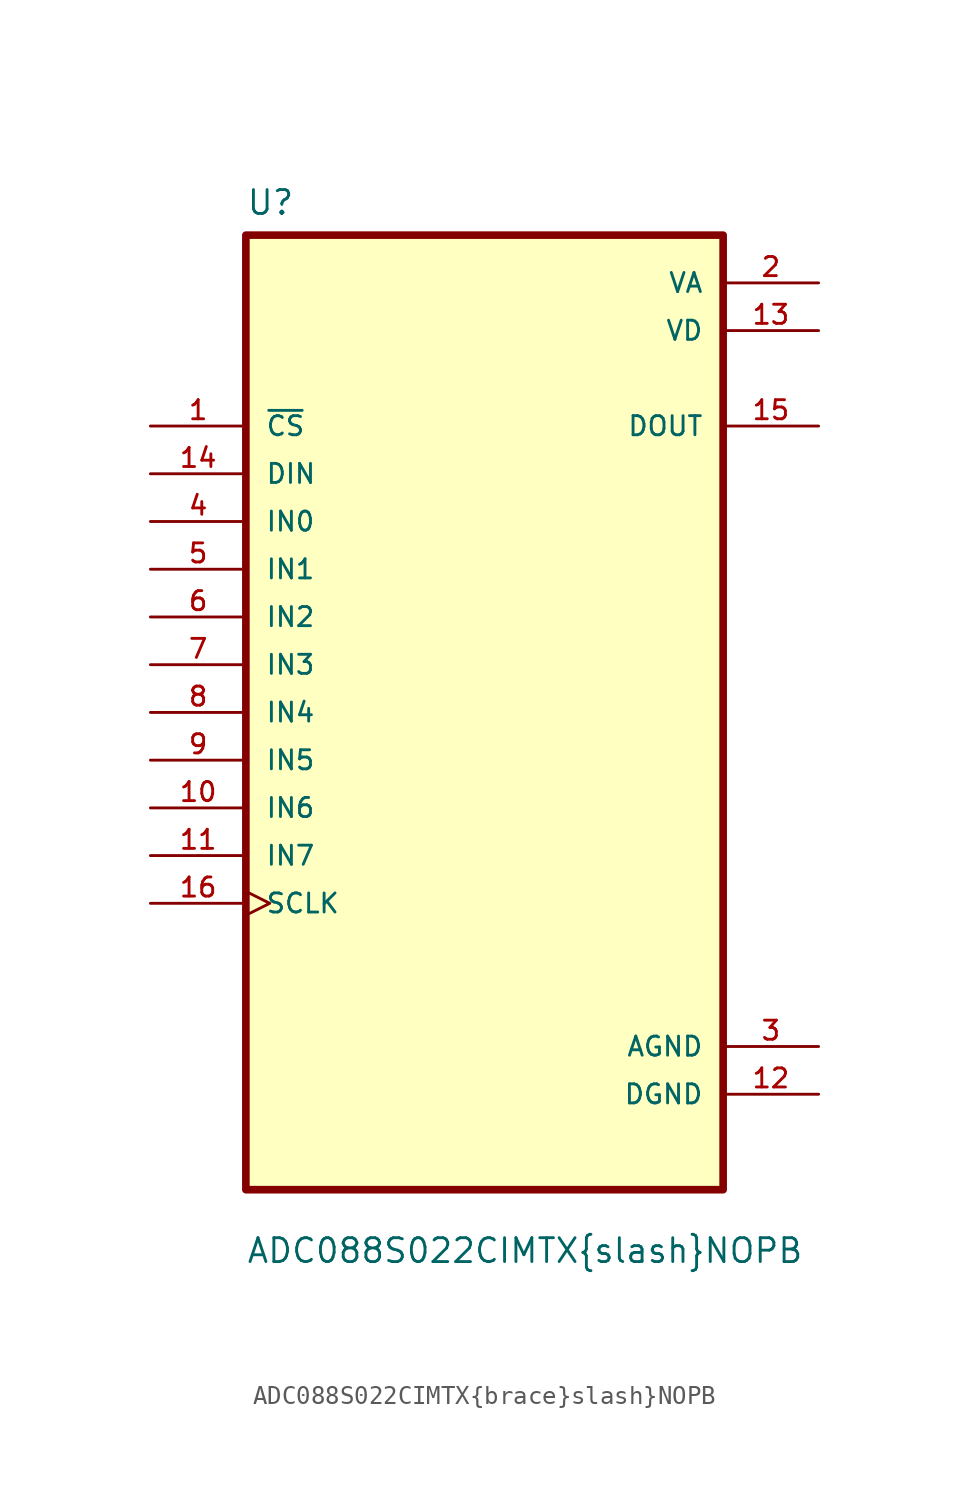
<source format=kicad_sym>
(kicad_symbol_lib
  (version 20211014)
  (generator kicad_symbol_editor)
  (symbol "ADC088S022CIMTX{brace}slash}NOPB"
    (pin_names
      (offset 1.016))
    (property "Reference" "U"
      (at -12.7 26.391 0)
      (effects (font (size 1.27 1.27)) (justify left bottom)))
    (property "Value" "ADC088S022CIMTX{brace}slash}NOPB"
      (at -12.7 -29.388 0)
      (effects (font (size 1.27 1.27)) (justify left bottom)))
    (property "ki_locked" ""
      (at 0 0 0)
      (effects (font (size 1.27 1.27))))
    (symbol "ADC088S022CIMTX{brace}slash}NOPB_0_0"
      (rectangle (start -12.7 -25.4) (end 12.7 25.4) (stroke (width 0.406) (type default) (color 0 0 0 0)) (fill (type background)))
      (pin input line (at -17.78 15.24 0) (length 5.08) (name "~{CS}" (effects (font (size 1.016 1.016)))) (number "1" (effects (font (size 1.016 1.016)))))
      (pin input line (at -17.78 -5.08 0) (length 5.08) (name "IN6" (effects (font (size 1.016 1.016)))) (number "10" (effects (font (size 1.016 1.016)))))
      (pin input line (at -17.78 -7.62 0) (length 5.08) (name "IN7" (effects (font (size 1.016 1.016)))) (number "11" (effects (font (size 1.016 1.016)))))
      (pin power_in line (at 17.78 -20.32 180) (length 5.08) (name "DGND" (effects (font (size 1.016 1.016)))) (number "12" (effects (font (size 1.016 1.016)))))
      (pin power_in line (at 17.78 20.32 180) (length 5.08) (name "VD" (effects (font (size 1.016 1.016)))) (number "13" (effects (font (size 1.016 1.016)))))
      (pin input line (at -17.78 12.7 0) (length 5.08) (name "DIN" (effects (font (size 1.016 1.016)))) (number "14" (effects (font (size 1.016 1.016)))))
      (pin output line (at 17.78 15.24 180) (length 5.08) (name "DOUT" (effects (font (size 1.016 1.016)))) (number "15" (effects (font (size 1.016 1.016)))))
      (pin input clock (at -17.78 -10.16 0) (length 5.08) (name "SCLK" (effects (font (size 1.016 1.016)))) (number "16" (effects (font (size 1.016 1.016)))))
      (pin power_in line (at 17.78 22.86 180) (length 5.08) (name "VA" (effects (font (size 1.016 1.016)))) (number "2" (effects (font (size 1.016 1.016)))))
      (pin power_in line (at 17.78 -17.78 180) (length 5.08) (name "AGND" (effects (font (size 1.016 1.016)))) (number "3" (effects (font (size 1.016 1.016)))))
      (pin input line (at -17.78 10.16 0) (length 5.08) (name "IN0" (effects (font (size 1.016 1.016)))) (number "4" (effects (font (size 1.016 1.016)))))
      (pin input line (at -17.78 7.62 0) (length 5.08) (name "IN1" (effects (font (size 1.016 1.016)))) (number "5" (effects (font (size 1.016 1.016)))))
      (pin input line (at -17.78 5.08 0) (length 5.08) (name "IN2" (effects (font (size 1.016 1.016)))) (number "6" (effects (font (size 1.016 1.016)))))
      (pin input line (at -17.78 2.54 0) (length 5.08) (name "IN3" (effects (font (size 1.016 1.016)))) (number "7" (effects (font (size 1.016 1.016)))))
      (pin input line (at -17.78 0 0) (length 5.08) (name "IN4" (effects (font (size 1.016 1.016)))) (number "8" (effects (font (size 1.016 1.016)))))
      (pin input line (at -17.78 -2.54 0) (length 5.08) (name "IN5" (effects (font (size 1.016 1.016)))) (number "9" (effects (font (size 1.016 1.016))))))))
</source>
